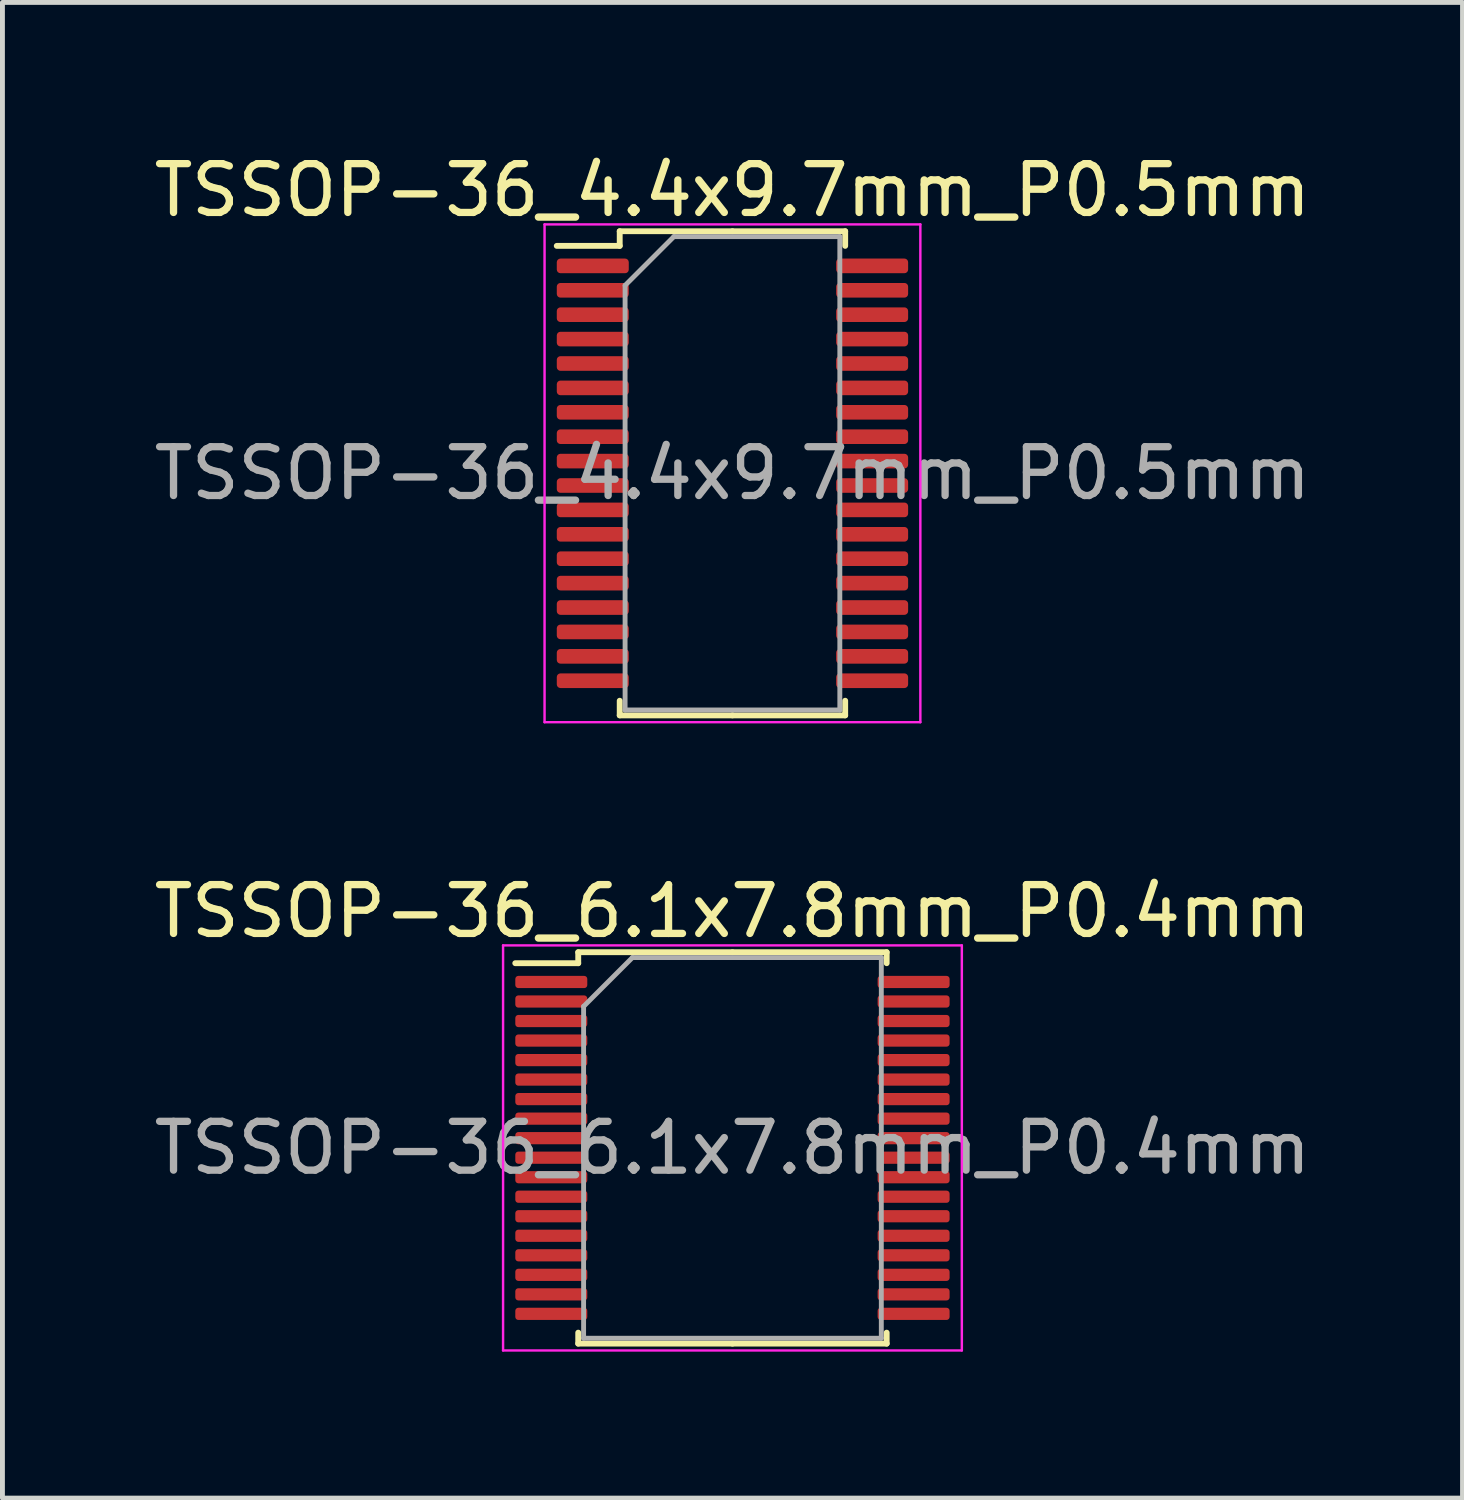
<source format=kicad_pcb>
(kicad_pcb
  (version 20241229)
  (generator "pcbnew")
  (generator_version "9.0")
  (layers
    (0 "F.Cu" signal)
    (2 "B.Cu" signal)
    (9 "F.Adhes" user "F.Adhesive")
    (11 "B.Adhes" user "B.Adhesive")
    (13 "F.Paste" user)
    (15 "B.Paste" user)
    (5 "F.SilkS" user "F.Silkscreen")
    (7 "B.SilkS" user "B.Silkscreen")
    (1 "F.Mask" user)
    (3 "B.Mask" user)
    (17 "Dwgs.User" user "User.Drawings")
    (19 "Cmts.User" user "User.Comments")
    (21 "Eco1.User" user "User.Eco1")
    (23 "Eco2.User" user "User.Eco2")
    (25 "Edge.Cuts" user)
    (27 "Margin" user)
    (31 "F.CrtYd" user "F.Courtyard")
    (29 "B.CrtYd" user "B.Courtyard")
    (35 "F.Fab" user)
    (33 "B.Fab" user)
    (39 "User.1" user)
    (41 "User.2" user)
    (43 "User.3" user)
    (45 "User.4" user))
  (footprint "TSSOP-36_4.4x9.7mm_P0.5mm"
    (layer "F.Cu")
    (at 11.958 6.648)
    (property "Reference" "TSSOP-36_4.4x9.7mm_P0.5mm" (at 0 -5.8 0) (layer "F.SilkS") (effects (font (size 1 1) (thickness 0.15))))
    (attr smd)
    (fp_line (start -2.31 -4.96) (end -2.31 -4.66) (stroke (width 0.12) (type solid)) (layer "F.SilkS"))
    (fp_line (start -2.31 -4.66) (end -3.6 -4.66) (stroke (width 0.12) (type solid)) (layer "F.SilkS"))
    (fp_line (start -2.31 4.96) (end -2.31 4.66) (stroke (width 0.12) (type solid)) (layer "F.SilkS"))
    (fp_line (start 0 -4.96) (end -2.31 -4.96) (stroke (width 0.12) (type solid)) (layer "F.SilkS"))
    (fp_line (start 0 -4.96) (end 2.31 -4.96) (stroke (width 0.12) (type solid)) (layer "F.SilkS"))
    (fp_line (start 0 4.96) (end -2.31 4.96) (stroke (width 0.12) (type solid)) (layer "F.SilkS"))
    (fp_line (start 0 4.96) (end 2.31 4.96) (stroke (width 0.12) (type solid)) (layer "F.SilkS"))
    (fp_line (start 2.31 -4.96) (end 2.31 -4.66) (stroke (width 0.12) (type solid)) (layer "F.SilkS"))
    (fp_line (start 2.31 4.96) (end 2.31 4.66) (stroke (width 0.12) (type solid)) (layer "F.SilkS"))
    (fp_line (start -3.85 -5.1) (end -3.85 5.1) (stroke (width 0.05) (type solid)) (layer "F.CrtYd"))
    (fp_line (start -3.85 5.1) (end 3.85 5.1) (stroke (width 0.05) (type solid)) (layer "F.CrtYd"))
    (fp_line (start 3.85 -5.1) (end -3.85 -5.1) (stroke (width 0.05) (type solid)) (layer "F.CrtYd"))
    (fp_line (start 3.85 5.1) (end 3.85 -5.1) (stroke (width 0.05) (type solid)) (layer "F.CrtYd"))
    (fp_line (start -2.2 -3.85) (end -1.2 -4.85) (stroke (width 0.1) (type solid)) (layer "F.Fab"))
    (fp_line (start -2.2 4.85) (end -2.2 -3.85) (stroke (width 0.1) (type solid)) (layer "F.Fab"))
    (fp_line (start -1.2 -4.85) (end 2.2 -4.85) (stroke (width 0.1) (type solid)) (layer "F.Fab"))
    (fp_line (start 2.2 -4.85) (end 2.2 4.85) (stroke (width 0.1) (type solid)) (layer "F.Fab"))
    (fp_line (start 2.2 4.85) (end -2.2 4.85) (stroke (width 0.1) (type solid)) (layer "F.Fab"))
    (fp_text user "${REFERENCE}" (at 0 0 0) (layer "F.Fab") (effects (font (size 1 1) (thickness 0.15))))
    (pad "1" smd roundrect (at -2.862 -4.25) (size 1.475 0.3) (layers "F.Cu" "F.Mask" "F.Paste") (roundrect_rratio 0.25))
    (pad "2" smd roundrect (at -2.862 -3.75) (size 1.475 0.3) (layers "F.Cu" "F.Mask" "F.Paste") (roundrect_rratio 0.25))
    (pad "3" smd roundrect (at -2.862 -3.25) (size 1.475 0.3) (layers "F.Cu" "F.Mask" "F.Paste") (roundrect_rratio 0.25))
    (pad "4" smd roundrect (at -2.862 -2.75) (size 1.475 0.3) (layers "F.Cu" "F.Mask" "F.Paste") (roundrect_rratio 0.25))
    (pad "5" smd roundrect (at -2.862 -2.25) (size 1.475 0.3) (layers "F.Cu" "F.Mask" "F.Paste") (roundrect_rratio 0.25))
    (pad "6" smd roundrect (at -2.862 -1.75) (size 1.475 0.3) (layers "F.Cu" "F.Mask" "F.Paste") (roundrect_rratio 0.25))
    (pad "7" smd roundrect (at -2.862 -1.25) (size 1.475 0.3) (layers "F.Cu" "F.Mask" "F.Paste") (roundrect_rratio 0.25))
    (pad "8" smd roundrect (at -2.862 -0.75) (size 1.475 0.3) (layers "F.Cu" "F.Mask" "F.Paste") (roundrect_rratio 0.25))
    (pad "9" smd roundrect (at -2.862 -0.25) (size 1.475 0.3) (layers "F.Cu" "F.Mask" "F.Paste") (roundrect_rratio 0.25))
    (pad "10" smd roundrect (at -2.862 0.25) (size 1.475 0.3) (layers "F.Cu" "F.Mask" "F.Paste") (roundrect_rratio 0.25))
    (pad "11" smd roundrect (at -2.862 0.75) (size 1.475 0.3) (layers "F.Cu" "F.Mask" "F.Paste") (roundrect_rratio 0.25))
    (pad "12" smd roundrect (at -2.862 1.25) (size 1.475 0.3) (layers "F.Cu" "F.Mask" "F.Paste") (roundrect_rratio 0.25))
    (pad "13" smd roundrect (at -2.862 1.75) (size 1.475 0.3) (layers "F.Cu" "F.Mask" "F.Paste") (roundrect_rratio 0.25))
    (pad "14" smd roundrect (at -2.862 2.25) (size 1.475 0.3) (layers "F.Cu" "F.Mask" "F.Paste") (roundrect_rratio 0.25))
    (pad "15" smd roundrect (at -2.862 2.75) (size 1.475 0.3) (layers "F.Cu" "F.Mask" "F.Paste") (roundrect_rratio 0.25))
    (pad "16" smd roundrect (at -2.862 3.25) (size 1.475 0.3) (layers "F.Cu" "F.Mask" "F.Paste") (roundrect_rratio 0.25))
    (pad "17" smd roundrect (at -2.862 3.75) (size 1.475 0.3) (layers "F.Cu" "F.Mask" "F.Paste") (roundrect_rratio 0.25))
    (pad "18" smd roundrect (at -2.862 4.25) (size 1.475 0.3) (layers "F.Cu" "F.Mask" "F.Paste") (roundrect_rratio 0.25))
    (pad "19" smd roundrect (at 2.862 4.25) (size 1.475 0.3) (layers "F.Cu" "F.Mask" "F.Paste") (roundrect_rratio 0.25))
    (pad "20" smd roundrect (at 2.862 3.75) (size 1.475 0.3) (layers "F.Cu" "F.Mask" "F.Paste") (roundrect_rratio 0.25))
    (pad "21" smd roundrect (at 2.862 3.25) (size 1.475 0.3) (layers "F.Cu" "F.Mask" "F.Paste") (roundrect_rratio 0.25))
    (pad "22" smd roundrect (at 2.862 2.75) (size 1.475 0.3) (layers "F.Cu" "F.Mask" "F.Paste") (roundrect_rratio 0.25))
    (pad "23" smd roundrect (at 2.862 2.25) (size 1.475 0.3) (layers "F.Cu" "F.Mask" "F.Paste") (roundrect_rratio 0.25))
    (pad "24" smd roundrect (at 2.862 1.75) (size 1.475 0.3) (layers "F.Cu" "F.Mask" "F.Paste") (roundrect_rratio 0.25))
    (pad "25" smd roundrect (at 2.862 1.25) (size 1.475 0.3) (layers "F.Cu" "F.Mask" "F.Paste") (roundrect_rratio 0.25))
    (pad "26" smd roundrect (at 2.862 0.75) (size 1.475 0.3) (layers "F.Cu" "F.Mask" "F.Paste") (roundrect_rratio 0.25))
    (pad "27" smd roundrect (at 2.862 0.25) (size 1.475 0.3) (layers "F.Cu" "F.Mask" "F.Paste") (roundrect_rratio 0.25))
    (pad "28" smd roundrect (at 2.862 -0.25) (size 1.475 0.3) (layers "F.Cu" "F.Mask" "F.Paste") (roundrect_rratio 0.25))
    (pad "29" smd roundrect (at 2.862 -0.75) (size 1.475 0.3) (layers "F.Cu" "F.Mask" "F.Paste") (roundrect_rratio 0.25))
    (pad "30" smd roundrect (at 2.862 -1.25) (size 1.475 0.3) (layers "F.Cu" "F.Mask" "F.Paste") (roundrect_rratio 0.25))
    (pad "31" smd roundrect (at 2.862 -1.75) (size 1.475 0.3) (layers "F.Cu" "F.Mask" "F.Paste") (roundrect_rratio 0.25))
    (pad "32" smd roundrect (at 2.862 -2.25) (size 1.475 0.3) (layers "F.Cu" "F.Mask" "F.Paste") (roundrect_rratio 0.25))
    (pad "33" smd roundrect (at 2.862 -2.75) (size 1.475 0.3) (layers "F.Cu" "F.Mask" "F.Paste") (roundrect_rratio 0.25))
    (pad "34" smd roundrect (at 2.862 -3.25) (size 1.475 0.3) (layers "F.Cu" "F.Mask" "F.Paste") (roundrect_rratio 0.25))
    (pad "35" smd roundrect (at 2.862 -3.75) (size 1.475 0.3) (layers "F.Cu" "F.Mask" "F.Paste") (roundrect_rratio 0.25))
    (pad "36" smd roundrect (at 2.862 -4.25) (size 1.475 0.3) (layers "F.Cu" "F.Mask" "F.Paste") (roundrect_rratio 0.25)))
  (footprint "TSSOP-36_6.1x7.8mm_P0.4mm"
    (layer "F.Cu")
    (at 11.958 20.471)
    (property "Reference" "TSSOP-36_6.1x7.8mm_P0.4mm" (at 0 -4.85 0) (layer "F.SilkS") (effects (font (size 1 1) (thickness 0.15))))
    (attr smd)
    (fp_line (start -3.16 -4.01) (end -3.16 -3.785) (stroke (width 0.12) (type solid)) (layer "F.SilkS"))
    (fp_line (start -3.16 -3.785) (end -4.45 -3.785) (stroke (width 0.12) (type solid)) (layer "F.SilkS"))
    (fp_line (start -3.16 4.01) (end -3.16 3.785) (stroke (width 0.12) (type solid)) (layer "F.SilkS"))
    (fp_line (start 0 -4.01) (end -3.16 -4.01) (stroke (width 0.12) (type solid)) (layer "F.SilkS"))
    (fp_line (start 0 -4.01) (end 3.16 -4.01) (stroke (width 0.12) (type solid)) (layer "F.SilkS"))
    (fp_line (start 0 4.01) (end -3.16 4.01) (stroke (width 0.12) (type solid)) (layer "F.SilkS"))
    (fp_line (start 0 4.01) (end 3.16 4.01) (stroke (width 0.12) (type solid)) (layer "F.SilkS"))
    (fp_line (start 3.16 -4.01) (end 3.16 -3.785) (stroke (width 0.12) (type solid)) (layer "F.SilkS"))
    (fp_line (start 3.16 4.01) (end 3.16 3.785) (stroke (width 0.12) (type solid)) (layer "F.SilkS"))
    (fp_line (start -4.7 -4.15) (end -4.7 4.15) (stroke (width 0.05) (type solid)) (layer "F.CrtYd"))
    (fp_line (start -4.7 4.15) (end 4.7 4.15) (stroke (width 0.05) (type solid)) (layer "F.CrtYd"))
    (fp_line (start 4.7 -4.15) (end -4.7 -4.15) (stroke (width 0.05) (type solid)) (layer "F.CrtYd"))
    (fp_line (start 4.7 4.15) (end 4.7 -4.15) (stroke (width 0.05) (type solid)) (layer "F.CrtYd"))
    (fp_line (start -3.05 -2.9) (end -2.05 -3.9) (stroke (width 0.1) (type solid)) (layer "F.Fab"))
    (fp_line (start -3.05 3.9) (end -3.05 -2.9) (stroke (width 0.1) (type solid)) (layer "F.Fab"))
    (fp_line (start -2.05 -3.9) (end 3.05 -3.9) (stroke (width 0.1) (type solid)) (layer "F.Fab"))
    (fp_line (start 3.05 -3.9) (end 3.05 3.9) (stroke (width 0.1) (type solid)) (layer "F.Fab"))
    (fp_line (start 3.05 3.9) (end -3.05 3.9) (stroke (width 0.1) (type solid)) (layer "F.Fab"))
    (fp_text user "${REFERENCE}" (at 0 0 0) (layer "F.Fab") (effects (font (size 1 1) (thickness 0.15))))
    (pad "1" smd roundrect (at -3.712 -3.4) (size 1.475 0.25) (layers "F.Cu" "F.Mask" "F.Paste") (roundrect_rratio 0.25))
    (pad "2" smd roundrect (at -3.712 -3) (size 1.475 0.25) (layers "F.Cu" "F.Mask" "F.Paste") (roundrect_rratio 0.25))
    (pad "3" smd roundrect (at -3.712 -2.6) (size 1.475 0.25) (layers "F.Cu" "F.Mask" "F.Paste") (roundrect_rratio 0.25))
    (pad "4" smd roundrect (at -3.712 -2.2) (size 1.475 0.25) (layers "F.Cu" "F.Mask" "F.Paste") (roundrect_rratio 0.25))
    (pad "5" smd roundrect (at -3.712 -1.8) (size 1.475 0.25) (layers "F.Cu" "F.Mask" "F.Paste") (roundrect_rratio 0.25))
    (pad "6" smd roundrect (at -3.712 -1.4) (size 1.475 0.25) (layers "F.Cu" "F.Mask" "F.Paste") (roundrect_rratio 0.25))
    (pad "7" smd roundrect (at -3.712 -1) (size 1.475 0.25) (layers "F.Cu" "F.Mask" "F.Paste") (roundrect_rratio 0.25))
    (pad "8" smd roundrect (at -3.712 -0.6) (size 1.475 0.25) (layers "F.Cu" "F.Mask" "F.Paste") (roundrect_rratio 0.25))
    (pad "9" smd roundrect (at -3.712 -0.2) (size 1.475 0.25) (layers "F.Cu" "F.Mask" "F.Paste") (roundrect_rratio 0.25))
    (pad "10" smd roundrect (at -3.712 0.2) (size 1.475 0.25) (layers "F.Cu" "F.Mask" "F.Paste") (roundrect_rratio 0.25))
    (pad "11" smd roundrect (at -3.712 0.6) (size 1.475 0.25) (layers "F.Cu" "F.Mask" "F.Paste") (roundrect_rratio 0.25))
    (pad "12" smd roundrect (at -3.712 1) (size 1.475 0.25) (layers "F.Cu" "F.Mask" "F.Paste") (roundrect_rratio 0.25))
    (pad "13" smd roundrect (at -3.712 1.4) (size 1.475 0.25) (layers "F.Cu" "F.Mask" "F.Paste") (roundrect_rratio 0.25))
    (pad "14" smd roundrect (at -3.712 1.8) (size 1.475 0.25) (layers "F.Cu" "F.Mask" "F.Paste") (roundrect_rratio 0.25))
    (pad "15" smd roundrect (at -3.712 2.2) (size 1.475 0.25) (layers "F.Cu" "F.Mask" "F.Paste") (roundrect_rratio 0.25))
    (pad "16" smd roundrect (at -3.712 2.6) (size 1.475 0.25) (layers "F.Cu" "F.Mask" "F.Paste") (roundrect_rratio 0.25))
    (pad "17" smd roundrect (at -3.712 3) (size 1.475 0.25) (layers "F.Cu" "F.Mask" "F.Paste") (roundrect_rratio 0.25))
    (pad "18" smd roundrect (at -3.712 3.4) (size 1.475 0.25) (layers "F.Cu" "F.Mask" "F.Paste") (roundrect_rratio 0.25))
    (pad "19" smd roundrect (at 3.712 3.4) (size 1.475 0.25) (layers "F.Cu" "F.Mask" "F.Paste") (roundrect_rratio 0.25))
    (pad "20" smd roundrect (at 3.712 3) (size 1.475 0.25) (layers "F.Cu" "F.Mask" "F.Paste") (roundrect_rratio 0.25))
    (pad "21" smd roundrect (at 3.712 2.6) (size 1.475 0.25) (layers "F.Cu" "F.Mask" "F.Paste") (roundrect_rratio 0.25))
    (pad "22" smd roundrect (at 3.712 2.2) (size 1.475 0.25) (layers "F.Cu" "F.Mask" "F.Paste") (roundrect_rratio 0.25))
    (pad "23" smd roundrect (at 3.712 1.8) (size 1.475 0.25) (layers "F.Cu" "F.Mask" "F.Paste") (roundrect_rratio 0.25))
    (pad "24" smd roundrect (at 3.712 1.4) (size 1.475 0.25) (layers "F.Cu" "F.Mask" "F.Paste") (roundrect_rratio 0.25))
    (pad "25" smd roundrect (at 3.712 1) (size 1.475 0.25) (layers "F.Cu" "F.Mask" "F.Paste") (roundrect_rratio 0.25))
    (pad "26" smd roundrect (at 3.712 0.6) (size 1.475 0.25) (layers "F.Cu" "F.Mask" "F.Paste") (roundrect_rratio 0.25))
    (pad "27" smd roundrect (at 3.712 0.2) (size 1.475 0.25) (layers "F.Cu" "F.Mask" "F.Paste") (roundrect_rratio 0.25))
    (pad "28" smd roundrect (at 3.712 -0.2) (size 1.475 0.25) (layers "F.Cu" "F.Mask" "F.Paste") (roundrect_rratio 0.25))
    (pad "29" smd roundrect (at 3.712 -0.6) (size 1.475 0.25) (layers "F.Cu" "F.Mask" "F.Paste") (roundrect_rratio 0.25))
    (pad "30" smd roundrect (at 3.712 -1) (size 1.475 0.25) (layers "F.Cu" "F.Mask" "F.Paste") (roundrect_rratio 0.25))
    (pad "31" smd roundrect (at 3.712 -1.4) (size 1.475 0.25) (layers "F.Cu" "F.Mask" "F.Paste") (roundrect_rratio 0.25))
    (pad "32" smd roundrect (at 3.712 -1.8) (size 1.475 0.25) (layers "F.Cu" "F.Mask" "F.Paste") (roundrect_rratio 0.25))
    (pad "33" smd roundrect (at 3.712 -2.2) (size 1.475 0.25) (layers "F.Cu" "F.Mask" "F.Paste") (roundrect_rratio 0.25))
    (pad "34" smd roundrect (at 3.712 -2.6) (size 1.475 0.25) (layers "F.Cu" "F.Mask" "F.Paste") (roundrect_rratio 0.25))
    (pad "35" smd roundrect (at 3.712 -3) (size 1.475 0.25) (layers "F.Cu" "F.Mask" "F.Paste") (roundrect_rratio 0.25))
    (pad "36" smd roundrect (at 3.712 -3.4) (size 1.475 0.25) (layers "F.Cu" "F.Mask" "F.Paste") (roundrect_rratio 0.25)))
  (gr_rect
    (start -3 -3)
    (end 26.917 27.646)
    (stroke (width 0.1) (type default))
    (fill no)
    (layer "Edge.Cuts")))
</source>
